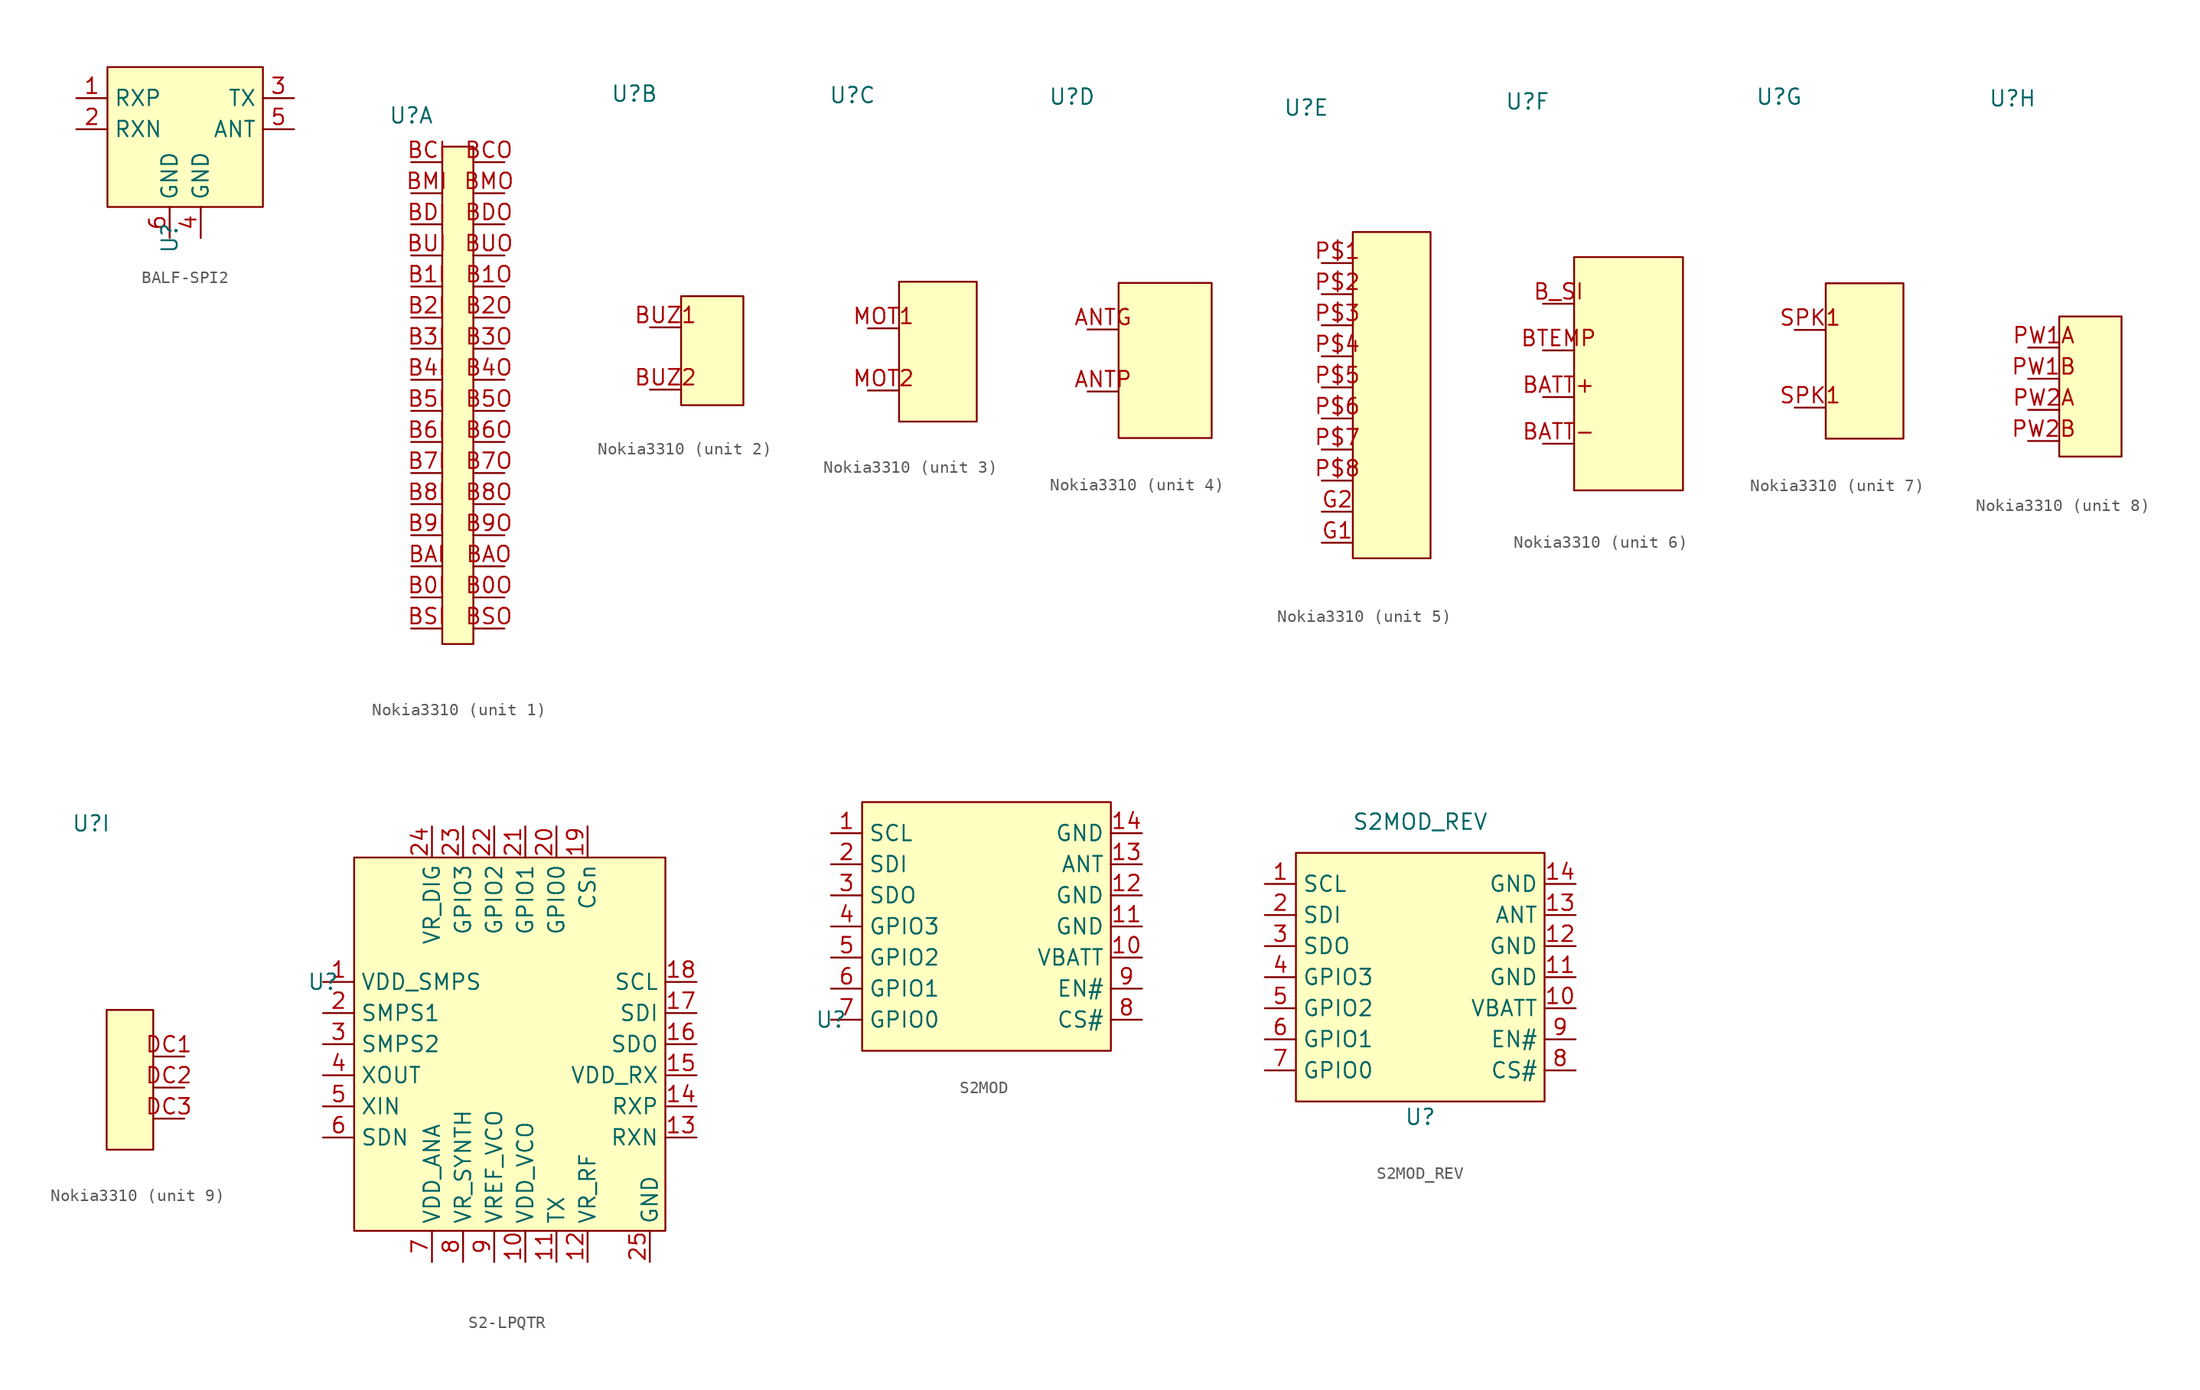
<source format=kicad_sym>
(kicad_symbol_lib
  (version 20220914)
  (generator kicad_symbol_editor)
  (symbol "BALF-SPI2"
    (property "Reference" "U"
      (at -1.27 -11.43 90)
      (effects (font (size 1.27 1.27))))
    (property "Value" ""
      (at -1.27 -11.43 90)
      (effects (font (size 1.27 1.27))))
    (symbol "BALF-SPI2_0_0"
      (pin output line (at -8.89 0 0) (length 2.54) (name "RXP" (effects (font (size 1.27 1.27)))) (number "1" (effects (font (size 1.27 1.27)))))
      (pin output line (at -8.89 -2.54 0) (length 2.54) (name "RXN" (effects (font (size 1.27 1.27)))) (number "2" (effects (font (size 1.27 1.27)))))
      (pin input line (at 8.89 0 180) (length 2.54) (name "TX" (effects (font (size 1.27 1.27)))) (number "3" (effects (font (size 1.27 1.27)))))
      (pin power_in line (at 1.27 -11.43 90) (length 2.54) (name "GND" (effects (font (size 1.27 1.27)))) (number "4" (effects (font (size 1.27 1.27)))))
      (pin bidirectional line (at 8.89 -2.54 180) (length 2.54) (name "ANT" (effects (font (size 1.27 1.27)))) (number "5" (effects (font (size 1.27 1.27)))))
      (pin power_in line (at -1.27 -11.43 90) (length 2.54) (name "GND" (effects (font (size 1.27 1.27)))) (number "6" (effects (font (size 1.27 1.27))))))
    (symbol "BALF-SPI2_1_1"
      (rectangle (start -6.35 2.54) (end 6.35 -8.89) (stroke (width 0) (type default)) (fill (type background)))))
  (symbol "Nokia3310"
    (property "Reference" "U"
      (at -3.81 21.59 0)
      (effects (font (size 1.27 1.27))))
    (property "Value" ""
      (at -3.81 21.59 0)
      (effects (font (size 1.27 1.27))))
    (property "ki_locked" ""
      (at 0 0 0)
      (effects (font (size 1.27 1.27))))
    (symbol "Nokia3310_1_0"
      (pin input line (at -3.81 -17.78 0) (length 2.54) (name "" (effects (font (size 1.27 1.27)))) (number "B0I" (effects (font (size 1.27 1.27)))))
      (pin output line (at 3.81 -17.78 180) (length 2.54) (name "" (effects (font (size 1.27 1.27)))) (number "B0O" (effects (font (size 1.27 1.27)))))
      (pin input line (at -3.81 7.62 0) (length 2.54) (name "" (effects (font (size 1.27 1.27)))) (number "B1I" (effects (font (size 1.27 1.27)))))
      (pin output line (at 3.81 7.62 180) (length 2.54) (name "" (effects (font (size 1.27 1.27)))) (number "B1O" (effects (font (size 1.27 1.27)))))
      (pin input line (at -3.81 5.08 0) (length 2.54) (name "" (effects (font (size 1.27 1.27)))) (number "B2I" (effects (font (size 1.27 1.27)))))
      (pin output line (at 3.81 5.08 180) (length 2.54) (name "" (effects (font (size 1.27 1.27)))) (number "B2O" (effects (font (size 1.27 1.27)))))
      (pin input line (at -3.81 2.54 0) (length 2.54) (name "" (effects (font (size 1.27 1.27)))) (number "B3I" (effects (font (size 1.27 1.27)))))
      (pin output line (at 3.81 2.54 180) (length 2.54) (name "" (effects (font (size 1.27 1.27)))) (number "B3O" (effects (font (size 1.27 1.27)))))
      (pin input line (at -3.81 0 0) (length 2.54) (name "" (effects (font (size 1.27 1.27)))) (number "B4I" (effects (font (size 1.27 1.27)))))
      (pin output line (at 3.81 0 180) (length 2.54) (name "" (effects (font (size 1.27 1.27)))) (number "B4O" (effects (font (size 1.27 1.27)))))
      (pin input line (at -3.81 -2.54 0) (length 2.54) (name "" (effects (font (size 1.27 1.27)))) (number "B5I" (effects (font (size 1.27 1.27)))))
      (pin output line (at 3.81 -2.54 180) (length 2.54) (name "" (effects (font (size 1.27 1.27)))) (number "B5O" (effects (font (size 1.27 1.27)))))
      (pin input line (at -3.81 -5.08 0) (length 2.54) (name "" (effects (font (size 1.27 1.27)))) (number "B6I" (effects (font (size 1.27 1.27)))))
      (pin output line (at 3.81 -5.08 180) (length 2.54) (name "" (effects (font (size 1.27 1.27)))) (number "B6O" (effects (font (size 1.27 1.27)))))
      (pin input line (at -3.81 -7.62 0) (length 2.54) (name "" (effects (font (size 1.27 1.27)))) (number "B7I" (effects (font (size 1.27 1.27)))))
      (pin output line (at 3.81 -7.62 180) (length 2.54) (name "" (effects (font (size 1.27 1.27)))) (number "B7O" (effects (font (size 1.27 1.27)))))
      (pin input line (at -3.81 -10.16 0) (length 2.54) (name "" (effects (font (size 1.27 1.27)))) (number "B8I" (effects (font (size 1.27 1.27)))))
      (pin output line (at 3.81 -10.16 180) (length 2.54) (name "" (effects (font (size 1.27 1.27)))) (number "B8O" (effects (font (size 1.27 1.27)))))
      (pin input line (at -3.81 -12.7 0) (length 2.54) (name "" (effects (font (size 1.27 1.27)))) (number "B9I" (effects (font (size 1.27 1.27)))))
      (pin output line (at 3.81 -12.7 180) (length 2.54) (name "" (effects (font (size 1.27 1.27)))) (number "B9O" (effects (font (size 1.27 1.27)))))
      (pin input line (at -3.81 -15.24 0) (length 2.54) (name "" (effects (font (size 1.27 1.27)))) (number "BAI" (effects (font (size 1.27 1.27)))))
      (pin output line (at 3.81 -15.24 180) (length 2.54) (name "" (effects (font (size 1.27 1.27)))) (number "BAO" (effects (font (size 1.27 1.27)))))
      (pin input line (at -3.81 17.78 0) (length 2.54) (name "" (effects (font (size 1.27 1.27)))) (number "BCI" (effects (font (size 1.27 1.27)))))
      (pin output line (at 3.81 17.78 180) (length 2.54) (name "" (effects (font (size 1.27 1.27)))) (number "BCO" (effects (font (size 1.27 1.27)))))
      (pin input line (at -3.81 12.7 0) (length 2.54) (name "" (effects (font (size 1.27 1.27)))) (number "BDI" (effects (font (size 1.27 1.27)))))
      (pin output line (at 3.81 12.7 180) (length 2.54) (name "" (effects (font (size 1.27 1.27)))) (number "BDO" (effects (font (size 1.27 1.27)))))
      (pin input line (at -3.81 15.24 0) (length 2.54) (name "" (effects (font (size 1.27 1.27)))) (number "BMI" (effects (font (size 1.27 1.27)))))
      (pin output line (at 3.81 15.24 180) (length 2.54) (name "" (effects (font (size 1.27 1.27)))) (number "BMO" (effects (font (size 1.27 1.27)))))
      (pin input line (at -3.81 -20.32 0) (length 2.54) (name "" (effects (font (size 1.27 1.27)))) (number "BSI" (effects (font (size 1.27 1.27)))))
      (pin output line (at 3.81 -20.32 180) (length 2.54) (name "" (effects (font (size 1.27 1.27)))) (number "BSO" (effects (font (size 1.27 1.27)))))
      (pin input line (at -3.81 10.16 0) (length 2.54) (name "" (effects (font (size 1.27 1.27)))) (number "BUI" (effects (font (size 1.27 1.27)))))
      (pin output line (at 3.81 10.16 180) (length 2.54) (name "" (effects (font (size 1.27 1.27)))) (number "BUO" (effects (font (size 1.27 1.27))))))
    (symbol "Nokia3310_1_1"
      (rectangle (start -1.27 19.05) (end 1.27 -21.59) (stroke (width 0) (type default)) (fill (type background))))
    (symbol "Nokia3310_2_1"
      (rectangle (start 0 5.08) (end 5.08 -3.81) (stroke (width 0) (type default)) (fill (type background)))
      (pin bidirectional line (at -2.54 2.54 0) (length 2.54) (name "" (effects (font (size 1.27 1.27)))) (number "BUZ1" (effects (font (size 1.27 1.27)))))
      (pin bidirectional line (at -2.54 -2.54 0) (length 2.54) (name "" (effects (font (size 1.27 1.27)))) (number "BUZ2" (effects (font (size 1.27 1.27))))))
    (symbol "Nokia3310_3_1"
      (rectangle (start 0 6.35) (end 6.35 -5.08) (stroke (width 0) (type default)) (fill (type background)))
      (pin bidirectional line (at -2.54 2.54 0) (length 2.54) (name "" (effects (font (size 1.27 1.27)))) (number "MOT1" (effects (font (size 1.27 1.27)))))
      (pin bidirectional line (at -2.54 -2.54 0) (length 2.54) (name "" (effects (font (size 1.27 1.27)))) (number "MOT2" (effects (font (size 1.27 1.27))))))
    (symbol "Nokia3310_4_1"
      (rectangle (start 0 6.35) (end 7.62 -6.35) (stroke (width 0) (type default)) (fill (type background)))
      (pin bidirectional line (at -2.54 2.54 0) (length 2.54) (name "" (effects (font (size 1.27 1.27)))) (number "ANTG" (effects (font (size 1.27 1.27)))))
      (pin bidirectional line (at -2.54 -2.54 0) (length 2.54) (name "" (effects (font (size 1.27 1.27)))) (number "ANTP" (effects (font (size 1.27 1.27))))))
    (symbol "Nokia3310_5_0"
      (pin power_in line (at -2.54 -13.97 0) (length 2.54) (name "" (effects (font (size 1.27 1.27)))) (number "G1" (effects (font (size 1.27 1.27)))))
      (pin power_in line (at -2.54 -11.43 0) (length 2.54) (name "" (effects (font (size 1.27 1.27)))) (number "G2" (effects (font (size 1.27 1.27))))))
    (symbol "Nokia3310_5_1"
      (rectangle (start 0 11.43) (end 6.35 -15.24) (stroke (width 0) (type default)) (fill (type background)))
      (pin bidirectional line (at -2.54 8.89 0) (length 2.54) (name "" (effects (font (size 1.27 1.27)))) (number "P$1" (effects (font (size 1.27 1.27)))))
      (pin bidirectional line (at -2.54 6.35 0) (length 2.54) (name "" (effects (font (size 1.27 1.27)))) (number "P$2" (effects (font (size 1.27 1.27)))))
      (pin bidirectional line (at -2.54 3.81 0) (length 2.54) (name "" (effects (font (size 1.27 1.27)))) (number "P$3" (effects (font (size 1.27 1.27)))))
      (pin bidirectional line (at -2.54 1.27 0) (length 2.54) (name "" (effects (font (size 1.27 1.27)))) (number "P$4" (effects (font (size 1.27 1.27)))))
      (pin bidirectional line (at -2.54 -1.27 0) (length 2.54) (name "" (effects (font (size 1.27 1.27)))) (number "P$5" (effects (font (size 1.27 1.27)))))
      (pin bidirectional line (at -2.54 -3.81 0) (length 2.54) (name "" (effects (font (size 1.27 1.27)))) (number "P$6" (effects (font (size 1.27 1.27)))))
      (pin bidirectional line (at -2.54 -6.35 0) (length 2.54) (name "" (effects (font (size 1.27 1.27)))) (number "P$7" (effects (font (size 1.27 1.27)))))
      (pin bidirectional line (at -2.54 -8.89 0) (length 2.54) (name "" (effects (font (size 1.27 1.27)))) (number "P$8" (effects (font (size 1.27 1.27))))))
    (symbol "Nokia3310_6_1"
      (rectangle (start 0 8.89) (end 8.89 -10.16) (stroke (width 0) (type default)) (fill (type background)))
      (pin power_out line (at -2.54 -2.54 0) (length 2.54) (name "" (effects (font (size 1.27 1.27)))) (number "BATT+" (effects (font (size 1.27 1.27)))))
      (pin power_out line (at -2.54 -6.35 0) (length 2.54) (name "" (effects (font (size 1.27 1.27)))) (number "BATT-" (effects (font (size 1.27 1.27)))))
      (pin output line (at -2.54 1.27 0) (length 2.54) (name "" (effects (font (size 1.27 1.27)))) (number "BTEMP" (effects (font (size 1.27 1.27)))))
      (pin output line (at -2.54 5.08 0) (length 2.54) (name "" (effects (font (size 1.27 1.27)))) (number "B_SI" (effects (font (size 1.27 1.27))))))
    (symbol "Nokia3310_7_1"
      (rectangle (start 0 6.35) (end 6.35 -6.35) (stroke (width 0) (type default)) (fill (type background)))
      (pin bidirectional line (at -2.54 -3.81 0) (length 2.54) (name "" (effects (font (size 1.27 1.27)))) (number "SPK1" (effects (font (size 1.27 1.27)))))
      (pin bidirectional line (at -2.54 2.54 0) (length 2.54) (name "" (effects (font (size 1.27 1.27)))) (number "SPK1" (effects (font (size 1.27 1.27))))))
    (symbol "Nokia3310_8_1"
      (rectangle (start 0 3.81) (end 5.08 -7.62) (stroke (width 0) (type default)) (fill (type background)))
      (pin bidirectional line (at -2.54 1.27 0) (length 2.54) (name "" (effects (font (size 1.27 1.27)))) (number "PW1A" (effects (font (size 1.27 1.27)))))
      (pin bidirectional line (at -2.54 -1.27 0) (length 2.54) (name "" (effects (font (size 1.27 1.27)))) (number "PW1B" (effects (font (size 1.27 1.27)))))
      (pin bidirectional line (at -2.54 -3.81 0) (length 2.54) (name "" (effects (font (size 1.27 1.27)))) (number "PW2A" (effects (font (size 1.27 1.27)))))
      (pin bidirectional line (at -2.54 -6.35 0) (length 2.54) (name "" (effects (font (size 1.27 1.27)))) (number "PW2B" (effects (font (size 1.27 1.27))))))
    (symbol "Nokia3310_9_0"
      (pin power_out line (at 3.81 2.54 180) (length 2.54) (name "" (effects (font (size 1.27 1.27)))) (number "DC1" (effects (font (size 1.27 1.27)))))
      (pin power_out line (at 3.81 0 180) (length 2.54) (name "" (effects (font (size 1.27 1.27)))) (number "DC2" (effects (font (size 1.27 1.27)))))
      (pin power_out line (at 3.81 -2.54 180) (length 2.54) (name "" (effects (font (size 1.27 1.27)))) (number "DC3" (effects (font (size 1.27 1.27))))))
    (symbol "Nokia3310_9_1"
      (rectangle (start -2.54 6.35) (end 1.27 -5.08) (stroke (width 0) (type default)) (fill (type background)))))
  (symbol "S2-LPQTR"
    (property "Reference" "U"
      (at -15.24 6.35 0)
      (effects (font (size 1.27 1.27))))
    (property "Value" ""
      (at -15.24 6.35 0)
      (effects (font (size 1.27 1.27))))
    (symbol "S2-LPQTR_0_0"
      (pin power_in line (at -15.24 6.35 0) (length 2.54) (name "VDD_SMPS" (effects (font (size 1.27 1.27)))) (number "1" (effects (font (size 1.27 1.27)))))
      (pin power_in line (at 1.27 -16.51 90) (length 2.54) (name "VDD_VCO" (effects (font (size 1.27 1.27)))) (number "10" (effects (font (size 1.27 1.27)))))
      (pin output line (at 3.81 -16.51 90) (length 2.54) (name "TX" (effects (font (size 1.27 1.27)))) (number "11" (effects (font (size 1.27 1.27)))))
      (pin passive line (at 6.35 -16.51 90) (length 2.54) (name "VR_RF" (effects (font (size 1.27 1.27)))) (number "12" (effects (font (size 1.27 1.27)))))
      (pin input line (at 15.24 -6.35 180) (length 2.54) (name "RXN" (effects (font (size 1.27 1.27)))) (number "13" (effects (font (size 1.27 1.27)))))
      (pin input line (at 15.24 -3.81 180) (length 2.54) (name "RXP" (effects (font (size 1.27 1.27)))) (number "14" (effects (font (size 1.27 1.27)))))
      (pin input line (at 15.24 -1.27 180) (length 2.54) (name "VDD_RX" (effects (font (size 1.27 1.27)))) (number "15" (effects (font (size 1.27 1.27)))))
      (pin output line (at 15.24 1.27 180) (length 2.54) (name "SDO" (effects (font (size 1.27 1.27)))) (number "16" (effects (font (size 1.27 1.27)))))
      (pin input line (at 15.24 3.81 180) (length 2.54) (name "SDI" (effects (font (size 1.27 1.27)))) (number "17" (effects (font (size 1.27 1.27)))))
      (pin input line (at 15.24 6.35 180) (length 2.54) (name "SCL" (effects (font (size 1.27 1.27)))) (number "18" (effects (font (size 1.27 1.27)))))
      (pin input line (at 6.35 19.05 270) (length 2.54) (name "CSn" (effects (font (size 1.27 1.27)))) (number "19" (effects (font (size 1.27 1.27)))))
      (pin output line (at -15.24 3.81 0) (length 2.54) (name "SMPS1" (effects (font (size 1.27 1.27)))) (number "2" (effects (font (size 1.27 1.27)))))
      (pin input line (at 3.81 19.05 270) (length 2.54) (name "GPIO0" (effects (font (size 1.27 1.27)))) (number "20" (effects (font (size 1.27 1.27)))))
      (pin input line (at 1.27 19.05 270) (length 2.54) (name "GPIO1" (effects (font (size 1.27 1.27)))) (number "21" (effects (font (size 1.27 1.27)))))
      (pin input line (at -1.27 19.05 270) (length 2.54) (name "GPIO2" (effects (font (size 1.27 1.27)))) (number "22" (effects (font (size 1.27 1.27)))))
      (pin input line (at -3.81 19.05 270) (length 2.54) (name "GPIO3" (effects (font (size 1.27 1.27)))) (number "23" (effects (font (size 1.27 1.27)))))
      (pin passive line (at -6.35 19.05 270) (length 2.54) (name "VR_DIG" (effects (font (size 1.27 1.27)))) (number "24" (effects (font (size 1.27 1.27)))))
      (pin power_in line (at 11.43 -16.51 90) (length 2.54) (name "GND" (effects (font (size 1.27 1.27)))) (number "25" (effects (font (size 1.27 1.27)))))
      (pin input line (at -15.24 1.27 0) (length 2.54) (name "SMPS2" (effects (font (size 1.27 1.27)))) (number "3" (effects (font (size 1.27 1.27)))))
      (pin output line (at -15.24 -1.27 0) (length 2.54) (name "XOUT" (effects (font (size 1.27 1.27)))) (number "4" (effects (font (size 1.27 1.27)))))
      (pin input line (at -15.24 -3.81 0) (length 2.54) (name "XIN" (effects (font (size 1.27 1.27)))) (number "5" (effects (font (size 1.27 1.27)))))
      (pin input line (at -15.24 -6.35 0) (length 2.54) (name "SDN" (effects (font (size 1.27 1.27)))) (number "6" (effects (font (size 1.27 1.27)))))
      (pin power_in line (at -6.35 -16.51 90) (length 2.54) (name "VDD_ANA" (effects (font (size 1.27 1.27)))) (number "7" (effects (font (size 1.27 1.27)))))
      (pin passive line (at -3.81 -16.51 90) (length 2.54) (name "VR_SYNTH" (effects (font (size 1.27 1.27)))) (number "8" (effects (font (size 1.27 1.27)))))
      (pin output line (at -1.27 -16.51 90) (length 2.54) (name "VREF_VCO" (effects (font (size 1.27 1.27)))) (number "9" (effects (font (size 1.27 1.27))))))
    (symbol "S2-LPQTR_1_1"
      (rectangle (start -12.7 16.51) (end 12.7 -13.97) (stroke (width 0) (type default)) (fill (type background)))))
  (symbol "S2MOD"
    (property "Reference" "U"
      (at -12.7 -7.62 0)
      (effects (font (size 1.27 1.27))))
    (property "Value" ""
      (at -12.7 -7.62 0)
      (effects (font (size 1.27 1.27))))
    (symbol "S2MOD_0_0"
      (pin power_in line (at 12.7 -2.54 180) (length 2.54) (name "VBATT" (effects (font (size 1.27 1.27)))) (number "10" (effects (font (size 1.27 1.27)))))
      (pin power_in line (at 12.7 0 180) (length 2.54) (name "GND" (effects (font (size 1.27 1.27)))) (number "11" (effects (font (size 1.27 1.27)))))
      (pin power_in line (at 12.7 2.54 180) (length 2.54) (name "GND" (effects (font (size 1.27 1.27)))) (number "12" (effects (font (size 1.27 1.27)))))
      (pin bidirectional line (at 12.7 5.08 180) (length 2.54) (name "ANT" (effects (font (size 1.27 1.27)))) (number "13" (effects (font (size 1.27 1.27)))))
      (pin power_in line (at 12.7 7.62 180) (length 2.54) (name "GND" (effects (font (size 1.27 1.27)))) (number "14" (effects (font (size 1.27 1.27)))))
      (pin bidirectional line (at -12.7 0 0) (length 2.54) (name "GPIO3" (effects (font (size 1.27 1.27)))) (number "4" (effects (font (size 1.27 1.27)))))
      (pin input line (at 12.7 -7.62 180) (length 2.54) (name "CS#" (effects (font (size 1.27 1.27)))) (number "8" (effects (font (size 1.27 1.27))))))
    (symbol "S2MOD_1_0"
      (pin input line (at -12.7 7.62 0) (length 2.54) (name "SCL" (effects (font (size 1.27 1.27)))) (number "1" (effects (font (size 1.27 1.27)))))
      (pin input line (at -12.7 5.08 0) (length 2.54) (name "SDI" (effects (font (size 1.27 1.27)))) (number "2" (effects (font (size 1.27 1.27)))))
      (pin output line (at -12.7 2.54 0) (length 2.54) (name "SDO" (effects (font (size 1.27 1.27)))) (number "3" (effects (font (size 1.27 1.27)))))
      (pin bidirectional line (at -12.7 -2.54 0) (length 2.54) (name "GPIO2" (effects (font (size 1.27 1.27)))) (number "5" (effects (font (size 1.27 1.27)))))
      (pin bidirectional line (at -12.7 -5.08 0) (length 2.54) (name "GPIO1" (effects (font (size 1.27 1.27)))) (number "6" (effects (font (size 1.27 1.27)))))
      (pin bidirectional line (at -12.7 -7.62 0) (length 2.54) (name "GPIO0" (effects (font (size 1.27 1.27)))) (number "7" (effects (font (size 1.27 1.27)))))
      (pin power_in line (at 12.7 -5.08 180) (length 2.54) (name "EN#" (effects (font (size 1.27 1.27)))) (number "9" (effects (font (size 1.27 1.27))))))
    (symbol "S2MOD_1_1"
      (rectangle (start -10.16 10.16) (end 10.16 -10.16) (stroke (width 0) (type default)) (fill (type background)))))
  (symbol "S2MOD_REV"
    (property "Reference" "U"
      (at 0 -11.43 0)
      (effects (font (size 1.27 1.27))))
    (property "Value" "S2MOD_REV"
      (at 0 12.7 0)
      (effects (font (size 1.27 1.27))))
    (symbol "S2MOD_REV_0_0"
      (pin power_out line (at 12.7 -2.54 180) (length 2.54) (name "VBATT" (effects (font (size 1.27 1.27)))) (number "10" (effects (font (size 1.27 1.27)))))
      (pin power_out line (at 12.7 0 180) (length 2.54) (name "GND" (effects (font (size 1.27 1.27)))) (number "11" (effects (font (size 1.27 1.27)))))
      (pin power_out line (at 12.7 2.54 180) (length 2.54) (name "GND" (effects (font (size 1.27 1.27)))) (number "12" (effects (font (size 1.27 1.27)))))
      (pin bidirectional line (at 12.7 5.08 180) (length 2.54) (name "ANT" (effects (font (size 1.27 1.27)))) (number "13" (effects (font (size 1.27 1.27)))))
      (pin power_out line (at 12.7 7.62 180) (length 2.54) (name "GND" (effects (font (size 1.27 1.27)))) (number "14" (effects (font (size 1.27 1.27)))))
      (pin bidirectional line (at -12.7 0 0) (length 2.54) (name "GPIO3" (effects (font (size 1.27 1.27)))) (number "4" (effects (font (size 1.27 1.27)))))
      (pin output line (at 12.7 -7.62 180) (length 2.54) (name "CS#" (effects (font (size 1.27 1.27)))) (number "8" (effects (font (size 1.27 1.27))))))
    (symbol "S2MOD_REV_1_0"
      (pin output line (at -12.7 7.62 0) (length 2.54) (name "SCL" (effects (font (size 1.27 1.27)))) (number "1" (effects (font (size 1.27 1.27)))))
      (pin output line (at -12.7 5.08 0) (length 2.54) (name "SDI" (effects (font (size 1.27 1.27)))) (number "2" (effects (font (size 1.27 1.27)))))
      (pin input line (at -12.7 2.54 0) (length 2.54) (name "SDO" (effects (font (size 1.27 1.27)))) (number "3" (effects (font (size 1.27 1.27)))))
      (pin bidirectional line (at -12.7 -2.54 0) (length 2.54) (name "GPIO2" (effects (font (size 1.27 1.27)))) (number "5" (effects (font (size 1.27 1.27)))))
      (pin bidirectional line (at -12.7 -5.08 0) (length 2.54) (name "GPIO1" (effects (font (size 1.27 1.27)))) (number "6" (effects (font (size 1.27 1.27)))))
      (pin bidirectional line (at -12.7 -7.62 0) (length 2.54) (name "GPIO0" (effects (font (size 1.27 1.27)))) (number "7" (effects (font (size 1.27 1.27)))))
      (pin power_out line (at 12.7 -5.08 180) (length 2.54) (name "EN#" (effects (font (size 1.27 1.27)))) (number "9" (effects (font (size 1.27 1.27))))))
    (symbol "S2MOD_REV_1_1"
      (rectangle (start -10.16 10.16) (end 10.16 -10.16) (stroke (width 0) (type default)) (fill (type background))))))
</source>
